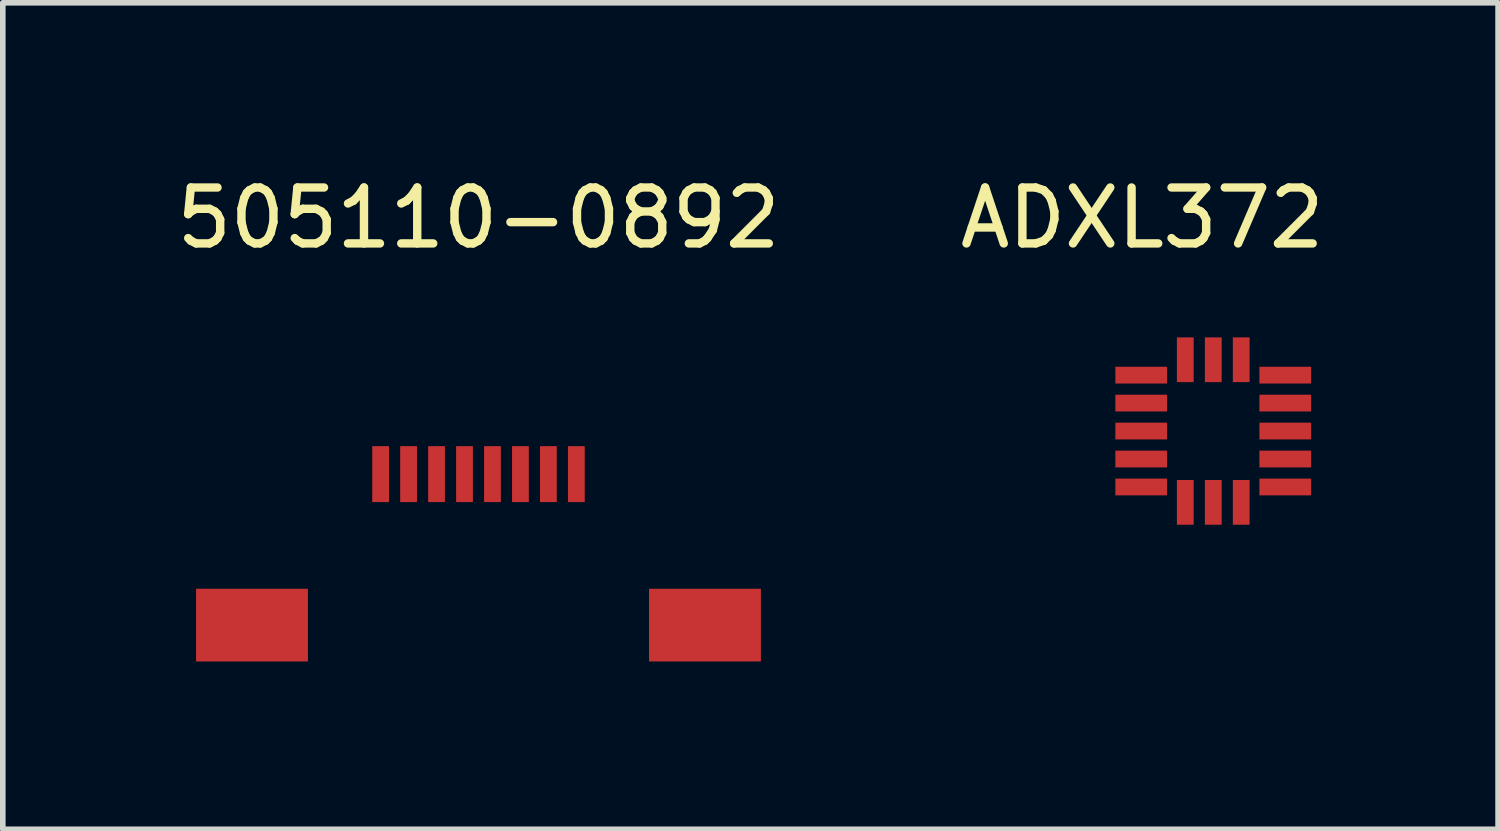
<source format=kicad_pcb>
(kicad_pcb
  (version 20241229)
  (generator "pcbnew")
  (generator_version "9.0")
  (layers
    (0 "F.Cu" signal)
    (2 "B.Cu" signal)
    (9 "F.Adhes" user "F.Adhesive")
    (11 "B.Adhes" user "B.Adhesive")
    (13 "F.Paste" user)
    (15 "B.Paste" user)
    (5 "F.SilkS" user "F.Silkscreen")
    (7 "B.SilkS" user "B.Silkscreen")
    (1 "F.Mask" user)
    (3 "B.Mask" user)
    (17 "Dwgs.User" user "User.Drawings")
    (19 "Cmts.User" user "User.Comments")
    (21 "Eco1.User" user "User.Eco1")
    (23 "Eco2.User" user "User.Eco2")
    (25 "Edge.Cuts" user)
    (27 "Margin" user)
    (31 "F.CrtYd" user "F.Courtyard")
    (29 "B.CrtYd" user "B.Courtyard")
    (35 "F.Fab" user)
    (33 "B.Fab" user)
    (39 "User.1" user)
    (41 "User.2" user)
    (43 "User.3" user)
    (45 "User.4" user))
  (footprint "ADXL372"
    (layer "F.Cu")
    (at 18.645 4.658)
    (property "Reference" "ADXL372" (at -1.27 -3.81 0) (layer "F.SilkS") (effects (font (size 1 1) (thickness 0.15))))
    (attr through_hole)
    (pad "1" smd rect (at -1.288 -1) (size 0.925 0.3) (layers "F.Cu" "F.Mask" "F.Paste"))
    (pad "2" smd rect (at -1.288 -0.5) (size 0.925 0.3) (layers "F.Cu" "F.Mask" "F.Paste"))
    (pad "3" smd rect (at -1.288 0) (size 0.925 0.3) (layers "F.Cu" "F.Mask" "F.Paste"))
    (pad "4" smd rect (at -1.288 0.5) (size 0.925 0.3) (layers "F.Cu" "F.Mask" "F.Paste"))
    (pad "5" smd rect (at -1.288 1) (size 0.925 0.3) (layers "F.Cu" "F.Mask" "F.Paste"))
    (pad "6" smd rect (at -0.5 1.275 90) (size 0.8 0.3) (layers "F.Cu" "F.Mask" "F.Paste"))
    (pad "7" smd rect (at 0 1.275 90) (size 0.8 0.3) (layers "F.Cu" "F.Mask" "F.Paste"))
    (pad "8" smd rect (at 0.5 1.275 90) (size 0.8 0.3) (layers "F.Cu" "F.Mask" "F.Paste"))
    (pad "9" smd rect (at 1.288 1 180) (size 0.925 0.3) (layers "F.Cu" "F.Mask" "F.Paste"))
    (pad "10" smd rect (at 1.288 0.5 180) (size 0.925 0.3) (layers "F.Cu" "F.Mask" "F.Paste"))
    (pad "11" smd rect (at 1.288 0 180) (size 0.925 0.3) (layers "F.Cu" "F.Mask" "F.Paste"))
    (pad "12" smd rect (at 1.288 -0.5 180) (size 0.925 0.3) (layers "F.Cu" "F.Mask" "F.Paste"))
    (pad "13" smd rect (at 1.288 -1) (size 0.925 0.3) (layers "F.Cu" "F.Mask" "F.Paste"))
    (pad "14" smd rect (at 0.5 -1.275 270) (size 0.8 0.3) (layers "F.Cu" "F.Mask" "F.Paste"))
    (pad "15" smd rect (at 0 -1.275 270) (size 0.8 0.3) (layers "F.Cu" "F.Mask" "F.Paste"))
    (pad "16" smd rect (at -0.5 -1.275 270) (size 0.8 0.3) (layers "F.Cu" "F.Mask" "F.Paste")))
  (footprint "505110-0892"
    (layer "F.Cu")
    (at 5.506 5.928)
    (property "Reference" "505110-0892" (at 0 -5.08 0) (layer "F.SilkS") (effects (font (size 1 1) (thickness 0.15))))
    (attr through_hole)
    (pad "1" smd rect (at -1.75 -0.5) (size 0.3 1) (layers "F.Cu" "F.Mask" "F.Paste"))
    (pad "2" smd rect (at -1.25 -0.5) (size 0.3 1) (layers "F.Cu" "F.Mask" "F.Paste"))
    (pad "3" smd rect (at -0.75 -0.5) (size 0.3 1) (layers "F.Cu" "F.Mask" "F.Paste"))
    (pad "4" smd rect (at -0.25 -0.5) (size 0.3 1) (layers "F.Cu" "F.Mask" "F.Paste"))
    (pad "5" smd rect (at 0.25 -0.5) (size 0.3 1) (layers "F.Cu" "F.Mask" "F.Paste"))
    (pad "6" smd rect (at 0.75 -0.5) (size 0.3 1) (layers "F.Cu" "F.Mask" "F.Paste"))
    (pad "7" smd rect (at 1.25 -0.5) (size 0.3 1) (layers "F.Cu" "F.Mask" "F.Paste"))
    (pad "8" smd rect (at 1.75 -0.5) (size 0.3 1) (layers "F.Cu" "F.Mask" "F.Paste"))
    (pad "9" smd rect (at -4.05 2.2) (size 2 1.3) (layers "F.Cu" "F.Mask" "F.Paste"))
    (pad "9" smd rect (at 4.05 2.2) (size 2 1.3) (layers "F.Cu" "F.Mask" "F.Paste")))
  (gr_rect
    (start -3 -3)
    (end 23.738 11.778)
    (stroke (width 0.1) (type default))
    (fill no)
    (layer "Edge.Cuts")))
</source>
